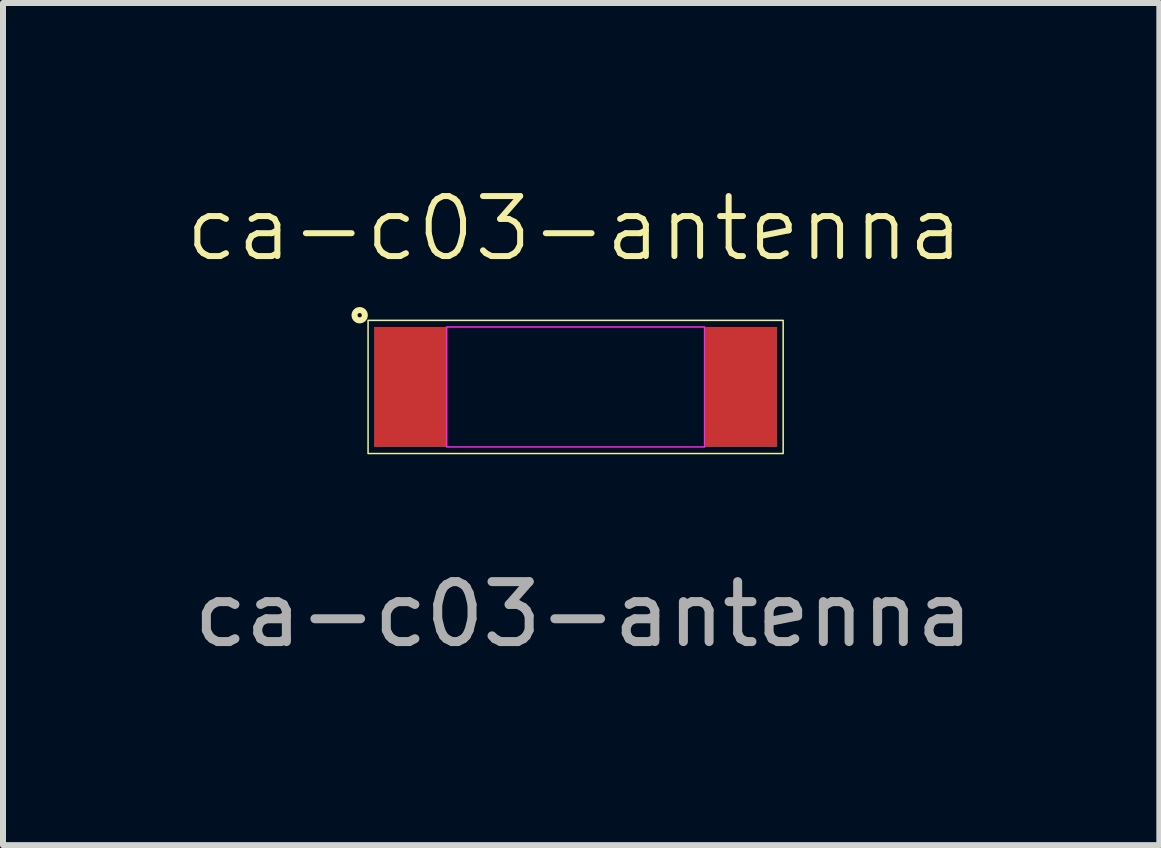
<source format=kicad_pcb>
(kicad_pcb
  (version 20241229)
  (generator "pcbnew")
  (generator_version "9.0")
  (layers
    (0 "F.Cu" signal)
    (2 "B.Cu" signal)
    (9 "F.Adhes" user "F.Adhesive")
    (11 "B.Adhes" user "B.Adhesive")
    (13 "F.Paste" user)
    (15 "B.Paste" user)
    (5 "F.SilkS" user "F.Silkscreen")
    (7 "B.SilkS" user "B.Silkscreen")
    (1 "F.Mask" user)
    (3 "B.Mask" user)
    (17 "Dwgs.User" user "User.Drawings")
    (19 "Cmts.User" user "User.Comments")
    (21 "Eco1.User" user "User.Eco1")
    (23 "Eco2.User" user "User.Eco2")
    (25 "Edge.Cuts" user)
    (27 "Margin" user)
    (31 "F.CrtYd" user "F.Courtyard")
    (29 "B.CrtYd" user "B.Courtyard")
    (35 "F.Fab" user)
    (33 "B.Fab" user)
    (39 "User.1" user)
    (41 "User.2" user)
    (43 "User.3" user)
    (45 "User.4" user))
  (footprint "ca-c03-antenna"
    (layer "F.Cu")
    (at 6.546 3.401)
    (property "Reference" "ca-c03-antenna" (at -0.02 -2.64 0) (unlocked yes) (layer "F.SilkS") (effects (font (size 1 1) (thickness 0.1))))
    (attr smd)
    (fp_rect (start -3.46 -1.11) (end 3.46 1.11) (stroke (width 0.025) (type default)) (fill no) (layer "F.SilkS"))
    (fp_circle (center -3.6 -1.196) (end -3.57 -1.176) (stroke (width 0.1) (type default)) (fill no) (layer "F.SilkS"))
    (fp_rect (start -2.15 -1) (end 2.15 1) (stroke (width 0.025) (type default)) (fill no) (layer "F.CrtYd"))
    (fp_text user "${REFERENCE}" (at 0.13 3.79 0) (unlocked yes) (layer "F.Fab") (effects (font (size 1 1) (thickness 0.15))))
    (pad "1" smd rect (at -2.76 0) (size 1.2 2) (layers "F.Cu" "F.Mask" "F.Paste"))
    (pad "2" smd rect (at 2.76 0) (size 1.2 2) (layers "F.Cu" "F.Mask" "F.Paste")))
  (gr_rect
    (start -3 -3)
    (end 16.277 11.039)
    (stroke (width 0.1) (type default))
    (fill no)
    (layer "Edge.Cuts")))
</source>
